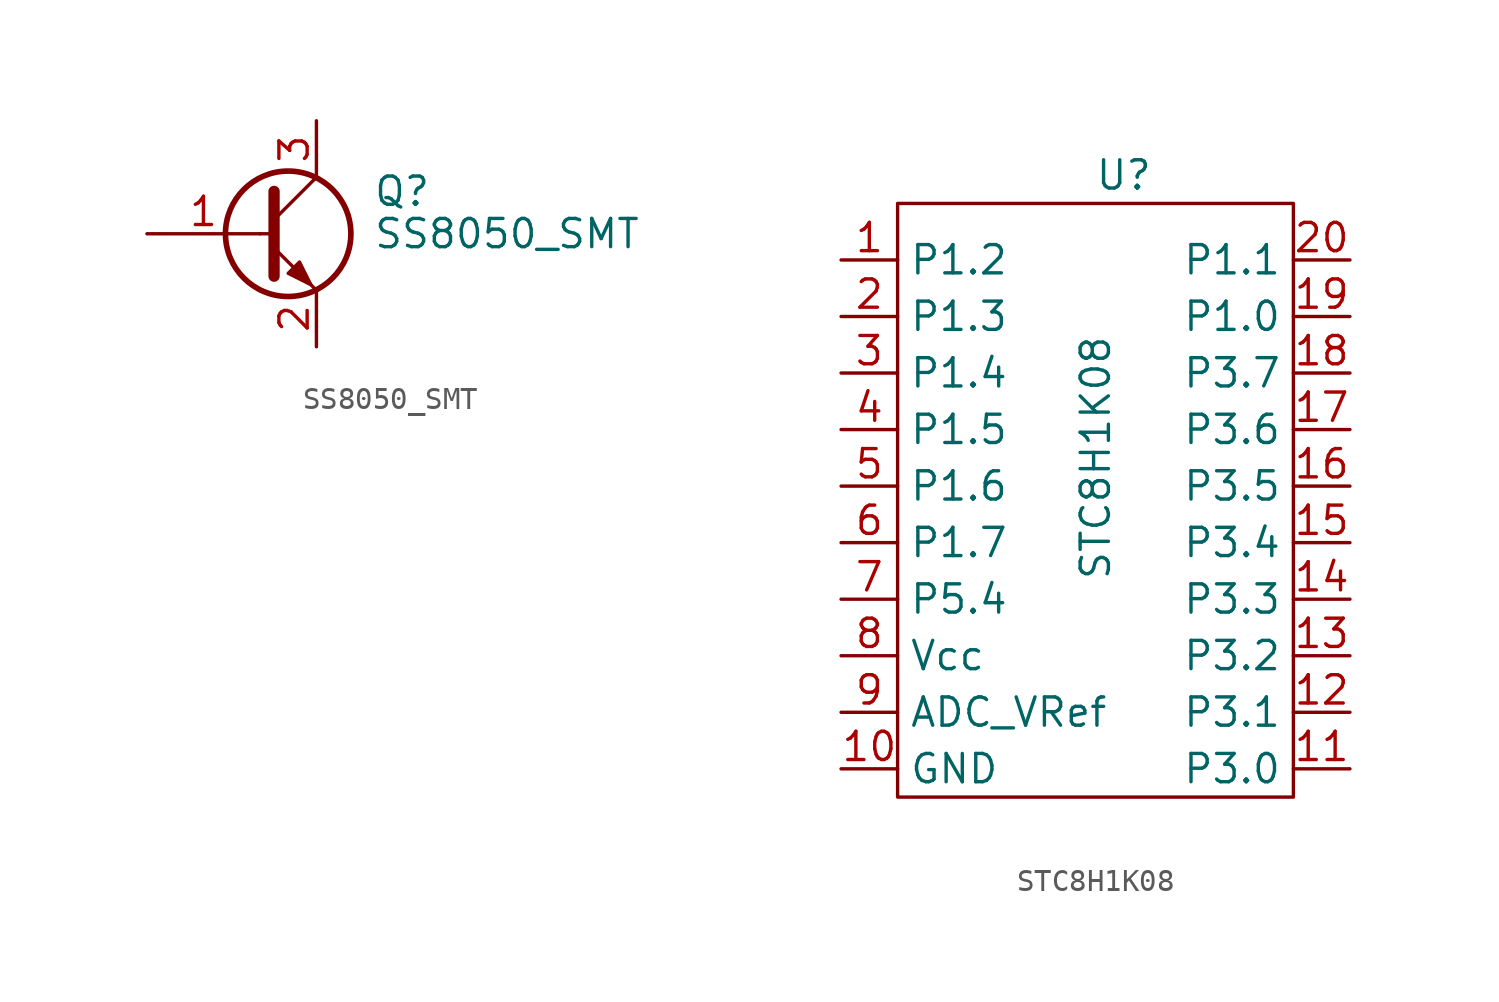
<source format=kicad_sym>
(kicad_symbol_lib
  (version 20220914)
  (generator kicad_symbol_editor)
  (symbol "SS8050_SMT"
    (pin_names
      (offset 0) hide)
    (property "Reference" "Q"
      (at 5.08 1.905 0)
      (effects (font (size 1.27 1.27)) (justify left)))
    (property "Value" "SS8050_SMT"
      (at 5.08 0 0)
      (effects (font (size 1.27 1.27)) (justify left)))
    (symbol "SS8050_SMT_0_1"
      (polyline (pts (xy 0 0) (xy 0.635 0)) (stroke (width 0) (type default)) (fill (type none)))
      (polyline (pts (xy 0.635 0.635) (xy 2.54 2.54)) (stroke (width 0) (type default)) (fill (type none)))
      (polyline (pts (xy 0.635 -0.635) (xy 2.54 -2.54) (xy 2.54 -2.54)) (stroke (width 0) (type default)) (fill (type none)))
      (polyline (pts (xy 0.635 1.905) (xy 0.635 -1.905) (xy 0.635 -1.905)) (stroke (width 0.508) (type default)) (fill (type none)))
      (polyline (pts (xy 1.27 -1.778) (xy 1.778 -1.27) (xy 2.286 -2.286) (xy 1.27 -1.778) (xy 1.27 -1.778)) (stroke (width 0) (type default)) (fill (type outline)))
      (circle (center 1.27 0) (radius 2.819) (stroke (width 0.254) (type default)) (fill (type none))))
    (symbol "SS8050_SMT_1_1"
      (pin input line (at -5.08 0 0) (length 5.08) (name "Base" (effects (font (size 1.27 1.27)))) (number "1" (effects (font (size 1.27 1.27)))))
      (pin passive line (at 2.54 -5.08 90) (length 2.54) (name "Emitter" (effects (font (size 1.27 1.27)))) (number "2" (effects (font (size 1.27 1.27)))))
      (pin passive line (at 2.54 5.08 270) (length 2.54) (name "Collector" (effects (font (size 1.27 1.27)))) (number "3" (effects (font (size 1.27 1.27)))))))
  (symbol "STC8H1K08"
    (property "Reference" "U"
      (at 1.27 1.27 0)
      (effects (font (size 1.27 1.27))))
    (property "Value" "STC8H1K08"
      (at 0 -11.43 90)
      (effects (font (size 1.27 1.27))))
    (symbol "STC8H1K08_0_1"
      (rectangle (start -8.89 0) (end 8.89 -26.67) (stroke (width 0) (type default)) (fill (type none))))
    (symbol "STC8H1K08_1_1"
      (pin bidirectional line (at -11.43 -2.54 0) (length 2.54) (name "P1.2" (effects (font (size 1.27 1.27)))) (number "1" (effects (font (size 1.27 1.27)))))
      (pin power_in line (at -11.43 -25.4 0) (length 2.54) (name "GND" (effects (font (size 1.27 1.27)))) (number "10" (effects (font (size 1.27 1.27)))))
      (pin bidirectional line (at 11.43 -25.4 180) (length 2.54) (name "P3.0" (effects (font (size 1.27 1.27)))) (number "11" (effects (font (size 1.27 1.27)))))
      (pin bidirectional line (at 11.43 -22.86 180) (length 2.54) (name "P3.1" (effects (font (size 1.27 1.27)))) (number "12" (effects (font (size 1.27 1.27)))))
      (pin bidirectional line (at 11.43 -20.32 180) (length 2.54) (name "P3.2" (effects (font (size 1.27 1.27)))) (number "13" (effects (font (size 1.27 1.27)))))
      (pin bidirectional line (at 11.43 -17.78 180) (length 2.54) (name "P3.3" (effects (font (size 1.27 1.27)))) (number "14" (effects (font (size 1.27 1.27)))))
      (pin bidirectional line (at 11.43 -15.24 180) (length 2.54) (name "P3.4" (effects (font (size 1.27 1.27)))) (number "15" (effects (font (size 1.27 1.27)))))
      (pin bidirectional line (at 11.43 -12.7 180) (length 2.54) (name "P3.5" (effects (font (size 1.27 1.27)))) (number "16" (effects (font (size 1.27 1.27)))))
      (pin bidirectional line (at 11.43 -10.16 180) (length 2.54) (name "P3.6" (effects (font (size 1.27 1.27)))) (number "17" (effects (font (size 1.27 1.27)))))
      (pin bidirectional line (at 11.43 -7.62 180) (length 2.54) (name "P3.7" (effects (font (size 1.27 1.27)))) (number "18" (effects (font (size 1.27 1.27)))))
      (pin bidirectional line (at 11.43 -5.08 180) (length 2.54) (name "P1.0" (effects (font (size 1.27 1.27)))) (number "19" (effects (font (size 1.27 1.27)))))
      (pin bidirectional line (at -11.43 -5.08 0) (length 2.54) (name "P1.3" (effects (font (size 1.27 1.27)))) (number "2" (effects (font (size 1.27 1.27)))))
      (pin bidirectional line (at 11.43 -2.54 180) (length 2.54) (name "P1.1" (effects (font (size 1.27 1.27)))) (number "20" (effects (font (size 1.27 1.27)))))
      (pin bidirectional line (at -11.43 -7.62 0) (length 2.54) (name "P1.4" (effects (font (size 1.27 1.27)))) (number "3" (effects (font (size 1.27 1.27)))))
      (pin bidirectional line (at -11.43 -10.16 0) (length 2.54) (name "P1.5" (effects (font (size 1.27 1.27)))) (number "4" (effects (font (size 1.27 1.27)))))
      (pin bidirectional line (at -11.43 -12.7 0) (length 2.54) (name "P1.6" (effects (font (size 1.27 1.27)))) (number "5" (effects (font (size 1.27 1.27)))))
      (pin bidirectional line (at -11.43 -15.24 0) (length 2.54) (name "P1.7" (effects (font (size 1.27 1.27)))) (number "6" (effects (font (size 1.27 1.27)))))
      (pin bidirectional line (at -11.43 -17.78 0) (length 2.54) (name "P5.4" (effects (font (size 1.27 1.27)))) (number "7" (effects (font (size 1.27 1.27)))))
      (pin power_in line (at -11.43 -20.32 0) (length 2.54) (name "Vcc" (effects (font (size 1.27 1.27)))) (number "8" (effects (font (size 1.27 1.27)))))
      (pin bidirectional line (at -11.43 -22.86 0) (length 2.54) (name "ADC_VRef" (effects (font (size 1.27 1.27)))) (number "9" (effects (font (size 1.27 1.27))))))))
</source>
